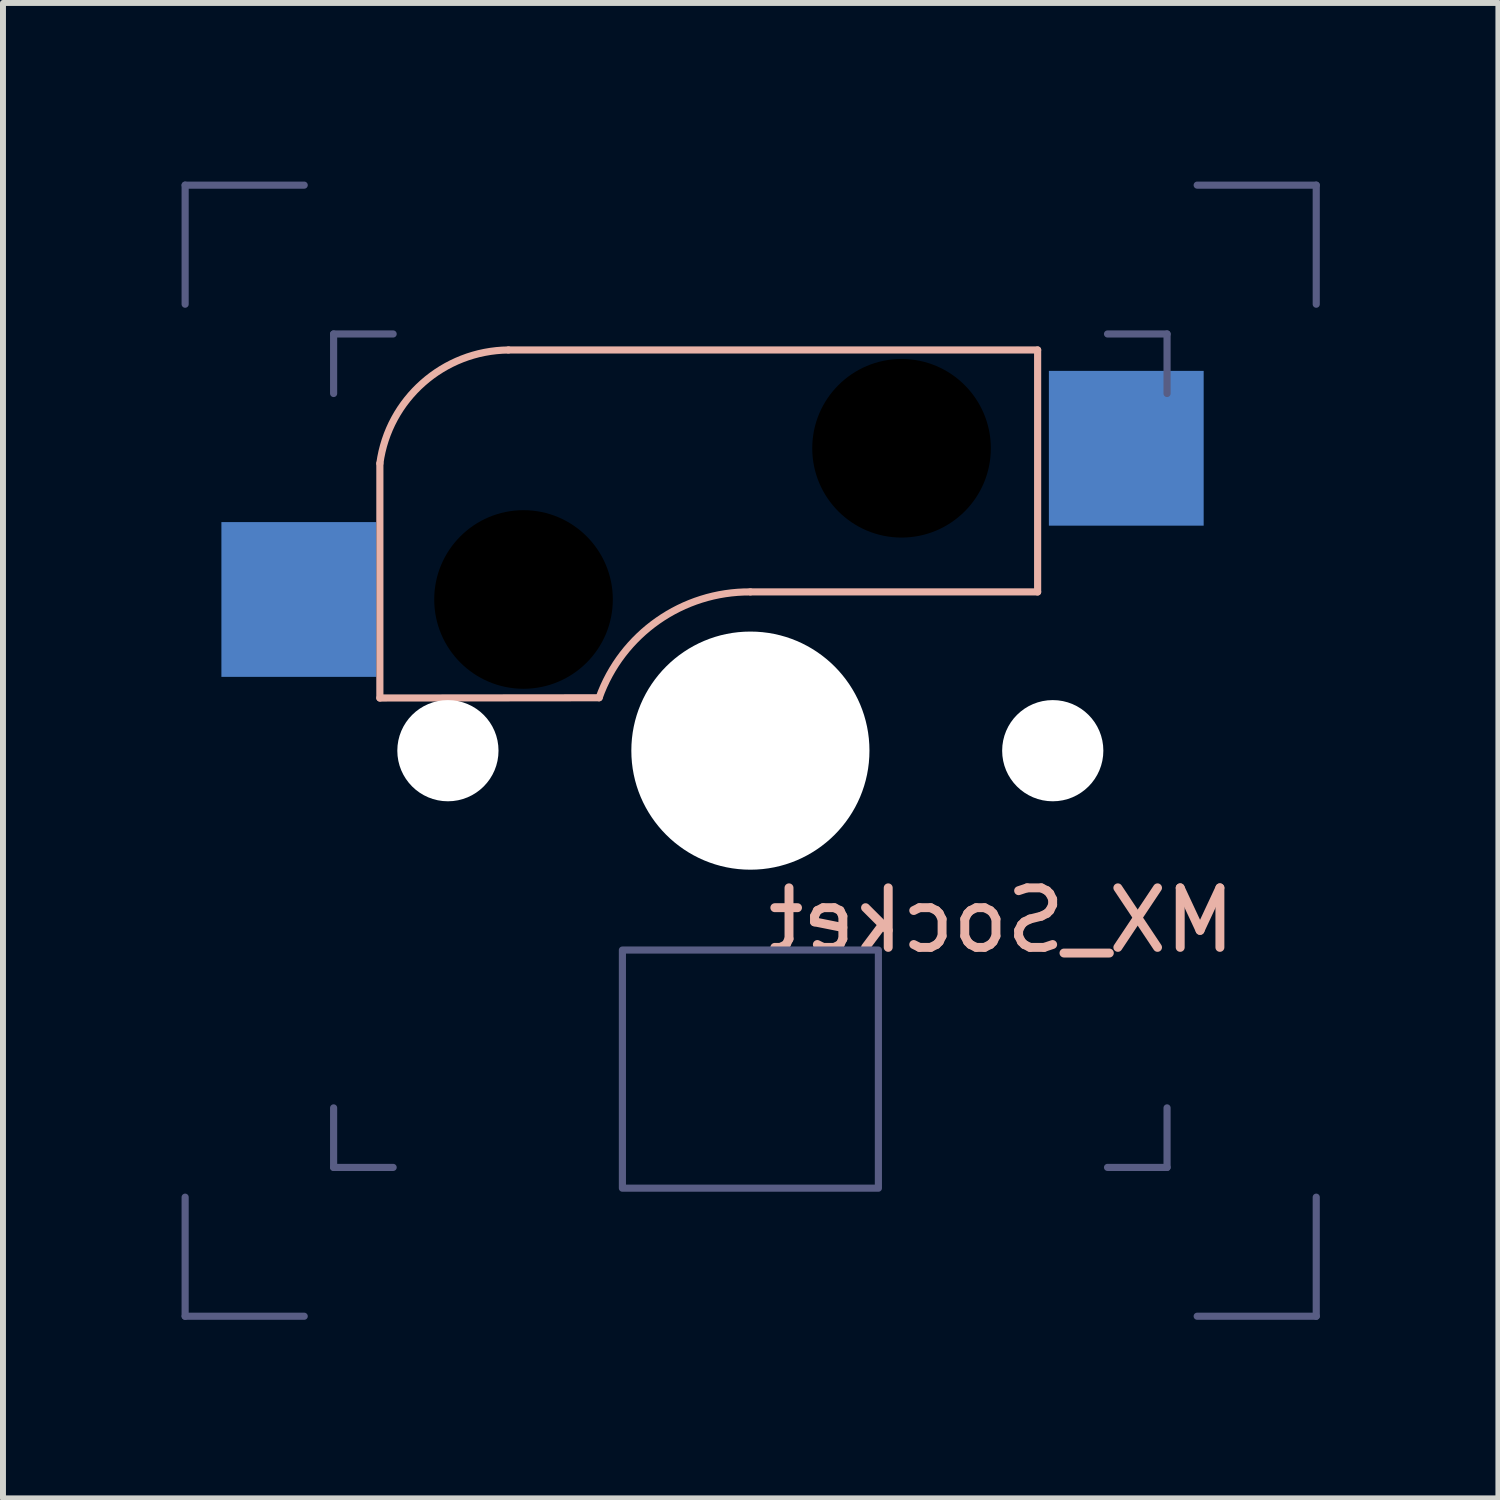
<source format=kicad_pcb>
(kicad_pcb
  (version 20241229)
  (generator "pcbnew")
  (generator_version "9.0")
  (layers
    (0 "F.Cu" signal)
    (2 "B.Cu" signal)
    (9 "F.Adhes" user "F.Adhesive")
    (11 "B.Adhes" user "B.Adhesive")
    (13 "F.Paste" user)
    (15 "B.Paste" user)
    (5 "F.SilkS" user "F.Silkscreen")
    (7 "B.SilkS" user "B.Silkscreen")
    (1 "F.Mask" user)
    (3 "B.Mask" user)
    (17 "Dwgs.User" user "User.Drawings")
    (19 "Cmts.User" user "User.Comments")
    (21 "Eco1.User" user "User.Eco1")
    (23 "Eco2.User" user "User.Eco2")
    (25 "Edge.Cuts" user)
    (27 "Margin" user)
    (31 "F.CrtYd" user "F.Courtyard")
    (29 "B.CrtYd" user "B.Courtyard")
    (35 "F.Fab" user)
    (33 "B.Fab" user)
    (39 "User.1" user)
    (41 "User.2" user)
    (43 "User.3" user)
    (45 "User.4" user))
  (footprint "MX_Socket"
    (layer "F.Cu")
    (at 9.555 9.559)
    (property "Reference" "MX_Socket" (at 4.22 2.85 0) (unlocked yes) (layer "B.SilkS") (effects (font (size 1 1) (thickness 0.15)) (justify mirror)))
    (attr smd)
    (fp_line (start -6.224 -0.884) (end -6.224 -4.825) (stroke (width 0.12) (type solid)) (layer "B.SilkS"))
    (fp_line (start -6.224 -0.884) (end -2.541 -0.888) (stroke (width 0.12) (type solid)) (layer "B.SilkS"))
    (fp_line (start -0.001 -2.666) (end 4.825 -2.666) (stroke (width 0.12) (type solid)) (layer "B.SilkS"))
    (fp_line (start 4.825 -6.73) (end -4.065 -6.73) (stroke (width 0.12) (type solid)) (layer "B.SilkS"))
    (fp_line (start 4.825 -2.666) (end 4.825 -6.73) (stroke (width 0.12) (type solid)) (layer "B.SilkS"))
    (fp_arc (start -6.224082 -4.825261) (mid -5.498787 -6.179195) (end -4.065082 -6.730261) (stroke (width 0.12) (type solid)) (layer "B.SilkS"))
    (fp_arc (start -2.541082 -0.888261) (mid -1.554773 -2.182533) (end -0.001082 -2.666261) (stroke (width 0.12) (type solid)) (layer "B.SilkS"))
    (fp_line (start -9.495 -9.499) (end -9.495 -7.499) (stroke (width 0.12) (type solid)) (layer "B.Fab"))
    (fp_line (start -9.495 9.501) (end -9.495 7.501) (stroke (width 0.12) (type solid)) (layer "B.Fab"))
    (fp_line (start -9.495 9.501) (end -7.495 9.501) (stroke (width 0.12) (type solid)) (layer "B.Fab"))
    (fp_line (start -7.495 -9.499) (end -9.495 -9.499) (stroke (width 0.12) (type solid)) (layer "B.Fab"))
    (fp_line (start -7.001 -6.999) (end -6.001 -6.999) (stroke (width 0.12) (type solid)) (layer "B.Fab"))
    (fp_line (start -7.001 -5.999) (end -7.001 -6.999) (stroke (width 0.12) (type solid)) (layer "B.Fab"))
    (fp_line (start -7.001 6.001) (end -7.001 7.001) (stroke (width 0.12) (type solid)) (layer "B.Fab"))
    (fp_line (start -7.001 7.001) (end -6.001 7.001) (stroke (width 0.12) (type solid)) (layer "B.Fab"))
    (fp_line (start 5.999 7.001) (end 6.999 7.001) (stroke (width 0.12) (type solid)) (layer "B.Fab"))
    (fp_line (start 6.999 -6.999) (end 5.999 -6.999) (stroke (width 0.12) (type solid)) (layer "B.Fab"))
    (fp_line (start 6.999 -6.999) (end 6.999 -5.999) (stroke (width 0.12) (type solid)) (layer "B.Fab"))
    (fp_line (start 6.999 7.001) (end 6.999 6.001) (stroke (width 0.12) (type solid)) (layer "B.Fab"))
    (fp_line (start 7.505 9.501) (end 9.505 9.501) (stroke (width 0.12) (type solid)) (layer "B.Fab"))
    (fp_line (start 9.505 -9.499) (end 7.505 -9.499) (stroke (width 0.12) (type solid)) (layer "B.Fab"))
    (fp_line (start 9.505 -7.499) (end 9.505 -9.499) (stroke (width 0.12) (type solid)) (layer "B.Fab"))
    (fp_line (start 9.505 9.501) (end 9.505 7.501) (stroke (width 0.12) (type solid)) (layer "B.Fab"))
    (fp_rect (start -2.15 3.35) (end 2.15 7.35) (stroke (width 0.12) (type default)) (fill no) (layer "B.Fab"))
    (pad "" np_thru_hole circle (at -5.081 0.001 90) (size 1.7 1.7) (drill 1.7) (layers "*.Cu" "*.Mask"))
    (pad "" np_thru_hole circle (at -3.811 -2.539 180) (size 3 3) (drill 3) (layers "*.Mask"))
    (pad "" np_thru_hole circle (at 0 0 270) (size 4 4) (drill 4) (layers "*.Cu" "*.Mask"))
    (pad "" np_thru_hole circle (at 2.539 -5.079 180) (size 3 3) (drill 3) (layers "*.Mask"))
    (pad "" np_thru_hole circle (at 5.079 0.001 90) (size 1.7 1.7) (drill 1.7) (layers "*.Cu" "*.Mask"))
    (pad "1" smd rect (at 6.314 -5.079 180) (size 2.6 2.6) (layers "B.Cu" "B.Mask" "B.Paste"))
    (pad "2" smd rect (at -7.586 -2.539 180) (size 2.6 2.6) (layers "B.Cu" "B.Mask" "B.Paste")))
  (gr_rect
    (start -3 -3)
    (end 22.12 22.12)
    (stroke (width 0.1) (type default))
    (fill no)
    (layer "Edge.Cuts")))
</source>
